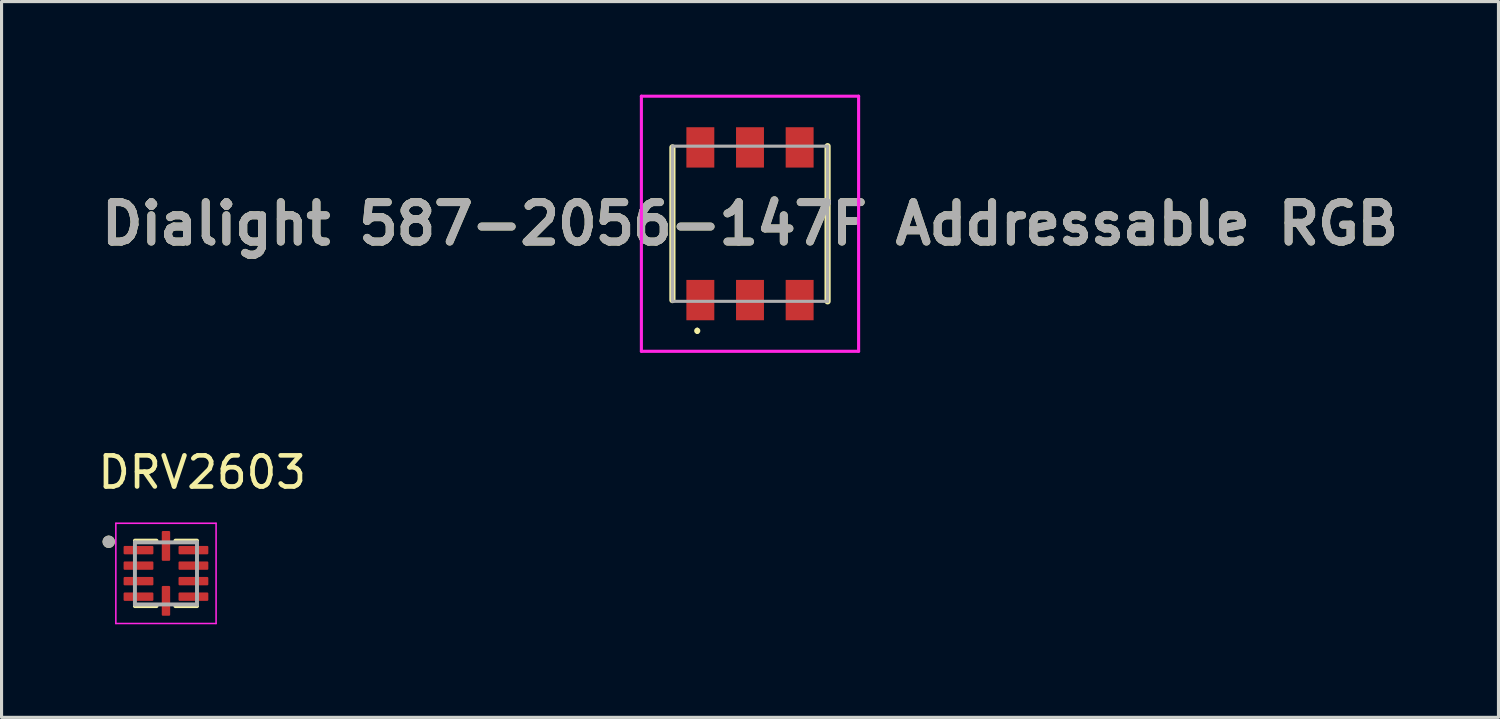
<source format=kicad_pcb>
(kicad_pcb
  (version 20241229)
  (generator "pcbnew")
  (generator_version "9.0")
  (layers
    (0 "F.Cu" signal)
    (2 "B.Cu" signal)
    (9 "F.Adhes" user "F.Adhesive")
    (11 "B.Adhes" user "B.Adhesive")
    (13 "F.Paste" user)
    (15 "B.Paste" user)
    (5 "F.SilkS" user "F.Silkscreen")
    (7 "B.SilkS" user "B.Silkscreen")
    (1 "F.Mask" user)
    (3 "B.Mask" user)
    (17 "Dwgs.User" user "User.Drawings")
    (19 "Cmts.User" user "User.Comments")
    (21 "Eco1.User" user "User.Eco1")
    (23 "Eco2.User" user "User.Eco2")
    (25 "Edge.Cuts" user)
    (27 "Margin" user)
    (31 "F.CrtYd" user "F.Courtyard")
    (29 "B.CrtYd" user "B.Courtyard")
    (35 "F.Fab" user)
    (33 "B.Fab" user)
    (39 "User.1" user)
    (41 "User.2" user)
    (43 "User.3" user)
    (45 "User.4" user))
  (footprint "Dialight 587-2056-147F Addressable RGB"
    (layer "F.Cu")
    (at 21.118 4.16)
    (property "Reference" "Dialight 587-2056-147F Addressable RGB" (at 0 0 0) (layer "F.SilkS") (effects (font (size 1.27 1.27) (thickness 0.254))))
    (attr smd)
    (fp_line (start -2.5 -2.46) (end -2.5 2.46) (stroke (width 0.2) (type solid)) (layer "F.SilkS"))
    (fp_line (start -1.7 3.4) (end -1.7 3.4) (stroke (width 0.1) (type solid)) (layer "F.SilkS"))
    (fp_line (start -1.7 3.5) (end -1.7 3.5) (stroke (width 0.1) (type solid)) (layer "F.SilkS"))
    (fp_line (start 2.5 -2.5) (end 2.5 2.5) (stroke (width 0.2) (type solid)) (layer "F.SilkS"))
    (fp_arc (start -1.7 3.4) (mid -1.65 3.45) (end -1.7 3.5) (stroke (width 0.1) (type solid)) (layer "F.SilkS"))
    (fp_arc (start -1.7 3.5) (mid -1.75 3.45) (end -1.7 3.4) (stroke (width 0.1) (type solid)) (layer "F.SilkS"))
    (fp_line (start -3.5 -4.11) (end 3.5 -4.11) (stroke (width 0.1) (type solid)) (layer "F.CrtYd"))
    (fp_line (start -3.5 4.11) (end -3.5 -4.11) (stroke (width 0.1) (type solid)) (layer "F.CrtYd"))
    (fp_line (start 3.5 -4.11) (end 3.5 4.11) (stroke (width 0.1) (type solid)) (layer "F.CrtYd"))
    (fp_line (start 3.5 4.11) (end -3.5 4.11) (stroke (width 0.1) (type solid)) (layer "F.CrtYd"))
    (fp_line (start -2.5 -2.5) (end 2.5 -2.5) (stroke (width 0.1) (type solid)) (layer "F.Fab"))
    (fp_line (start -2.5 2.5) (end -2.5 -2.5) (stroke (width 0.1) (type solid)) (layer "F.Fab"))
    (fp_line (start 2.5 -2.5) (end 2.5 2.5) (stroke (width 0.1) (type solid)) (layer "F.Fab"))
    (fp_line (start 2.5 2.5) (end -2.5 2.5) (stroke (width 0.1) (type solid)) (layer "F.Fab"))
    (fp_text user "${REFERENCE}" (at 0 0 0) (layer "F.Fab") (effects (font (size 1.27 1.27) (thickness 0.254))))
    (pad "1" smd rect (at -1.6 2.46) (size 0.9 1.3) (layers "F.Cu" "F.Mask" "F.Paste"))
    (pad "2" smd rect (at 0 2.46) (size 0.9 1.3) (layers "F.Cu" "F.Mask" "F.Paste"))
    (pad "3" smd rect (at 1.6 2.46) (size 0.9 1.3) (layers "F.Cu" "F.Mask" "F.Paste"))
    (pad "4" smd rect (at 1.6 -2.46) (size 0.9 1.3) (layers "F.Cu" "F.Mask" "F.Paste"))
    (pad "5" smd rect (at 0 -2.46) (size 0.9 1.3) (layers "F.Cu" "F.Mask" "F.Paste"))
    (pad "6" smd rect (at -1.6 -2.46) (size 0.9 1.3) (layers "F.Cu" "F.Mask" "F.Paste")))
  (footprint "DRV2603"
    (layer "F.Cu")
    (at 2.298 15.427)
    (property "Reference" "DRV2603" (at 1.168 -3.257 0) (layer "F.SilkS") (effects (font (size 1.002 1.002) (thickness 0.15))))
    (attr smd)
    (fp_line (start -1 -1.055) (end -0.305 -1.055) (stroke (width 0.127) (type solid)) (layer "F.SilkS"))
    (fp_line (start -1 1.055) (end -0.305 1.055) (stroke (width 0.127) (type solid)) (layer "F.SilkS"))
    (fp_line (start 1 -1.055) (end 0.305 -1.055) (stroke (width 0.127) (type solid)) (layer "F.SilkS"))
    (fp_line (start 1 1.055) (end 0.305 1.055) (stroke (width 0.127) (type solid)) (layer "F.SilkS"))
    (fp_circle (center -1.845 -1.02) (end -1.745 -1.02) (stroke (width 0.2) (type solid)) (fill no) (layer "F.SilkS"))
    (fp_line (start -1.615 -1.615) (end 1.615 -1.615) (stroke (width 0.05) (type solid)) (layer "F.CrtYd"))
    (fp_line (start -1.615 1.615) (end -1.615 -1.615) (stroke (width 0.05) (type solid)) (layer "F.CrtYd"))
    (fp_line (start -1.615 1.615) (end 1.615 1.615) (stroke (width 0.05) (type solid)) (layer "F.CrtYd"))
    (fp_line (start 1.615 1.615) (end 1.615 -1.615) (stroke (width 0.05) (type solid)) (layer "F.CrtYd"))
    (fp_line (start -1 1) (end -1 -1) (stroke (width 0.127) (type solid)) (layer "F.Fab"))
    (fp_line (start 1 -1) (end -1 -1) (stroke (width 0.127) (type solid)) (layer "F.Fab"))
    (fp_line (start 1 1) (end -1 1) (stroke (width 0.127) (type solid)) (layer "F.Fab"))
    (fp_line (start 1 1) (end 1 -1) (stroke (width 0.127) (type solid)) (layer "F.Fab"))
    (fp_circle (center -1.845 -1.02) (end -1.745 -1.02) (stroke (width 0.2) (type solid)) (fill no) (layer "F.Fab"))
    (pad "1" smd roundrect (at -0.885 -0.75) (size 0.96 0.27) (layers "F.Cu" "F.Mask" "F.Paste") (roundrect_rratio 0.125))
    (pad "2" smd roundrect (at -0.885 -0.25) (size 0.96 0.27) (layers "F.Cu" "F.Mask" "F.Paste") (roundrect_rratio 0.125))
    (pad "3" smd roundrect (at -0.885 0.25) (size 0.96 0.27) (layers "F.Cu" "F.Mask" "F.Paste") (roundrect_rratio 0.125))
    (pad "4" smd roundrect (at -0.885 0.75) (size 0.96 0.27) (layers "F.Cu" "F.Mask" "F.Paste") (roundrect_rratio 0.125))
    (pad "5" smd roundrect (at 0 0.885) (size 0.27 0.96) (layers "F.Cu" "F.Mask" "F.Paste") (roundrect_rratio 0.125))
    (pad "6" smd roundrect (at 0.885 0.75) (size 0.96 0.27) (layers "F.Cu" "F.Mask" "F.Paste") (roundrect_rratio 0.125))
    (pad "7" smd roundrect (at 0.885 0.25) (size 0.96 0.27) (layers "F.Cu" "F.Mask" "F.Paste") (roundrect_rratio 0.125))
    (pad "8" smd roundrect (at 0.885 -0.25) (size 0.96 0.27) (layers "F.Cu" "F.Mask" "F.Paste") (roundrect_rratio 0.125))
    (pad "9" smd roundrect (at 0.885 -0.75) (size 0.96 0.27) (layers "F.Cu" "F.Mask" "F.Paste") (roundrect_rratio 0.125))
    (pad "10" smd roundrect (at 0 -0.885) (size 0.27 0.96) (layers "F.Cu" "F.Mask" "F.Paste") (roundrect_rratio 0.125)))
  (gr_rect
    (start -3 -3)
    (end 45.237 20.067)
    (stroke (width 0.1) (type default))
    (fill no)
    (layer "Edge.Cuts")))
</source>
